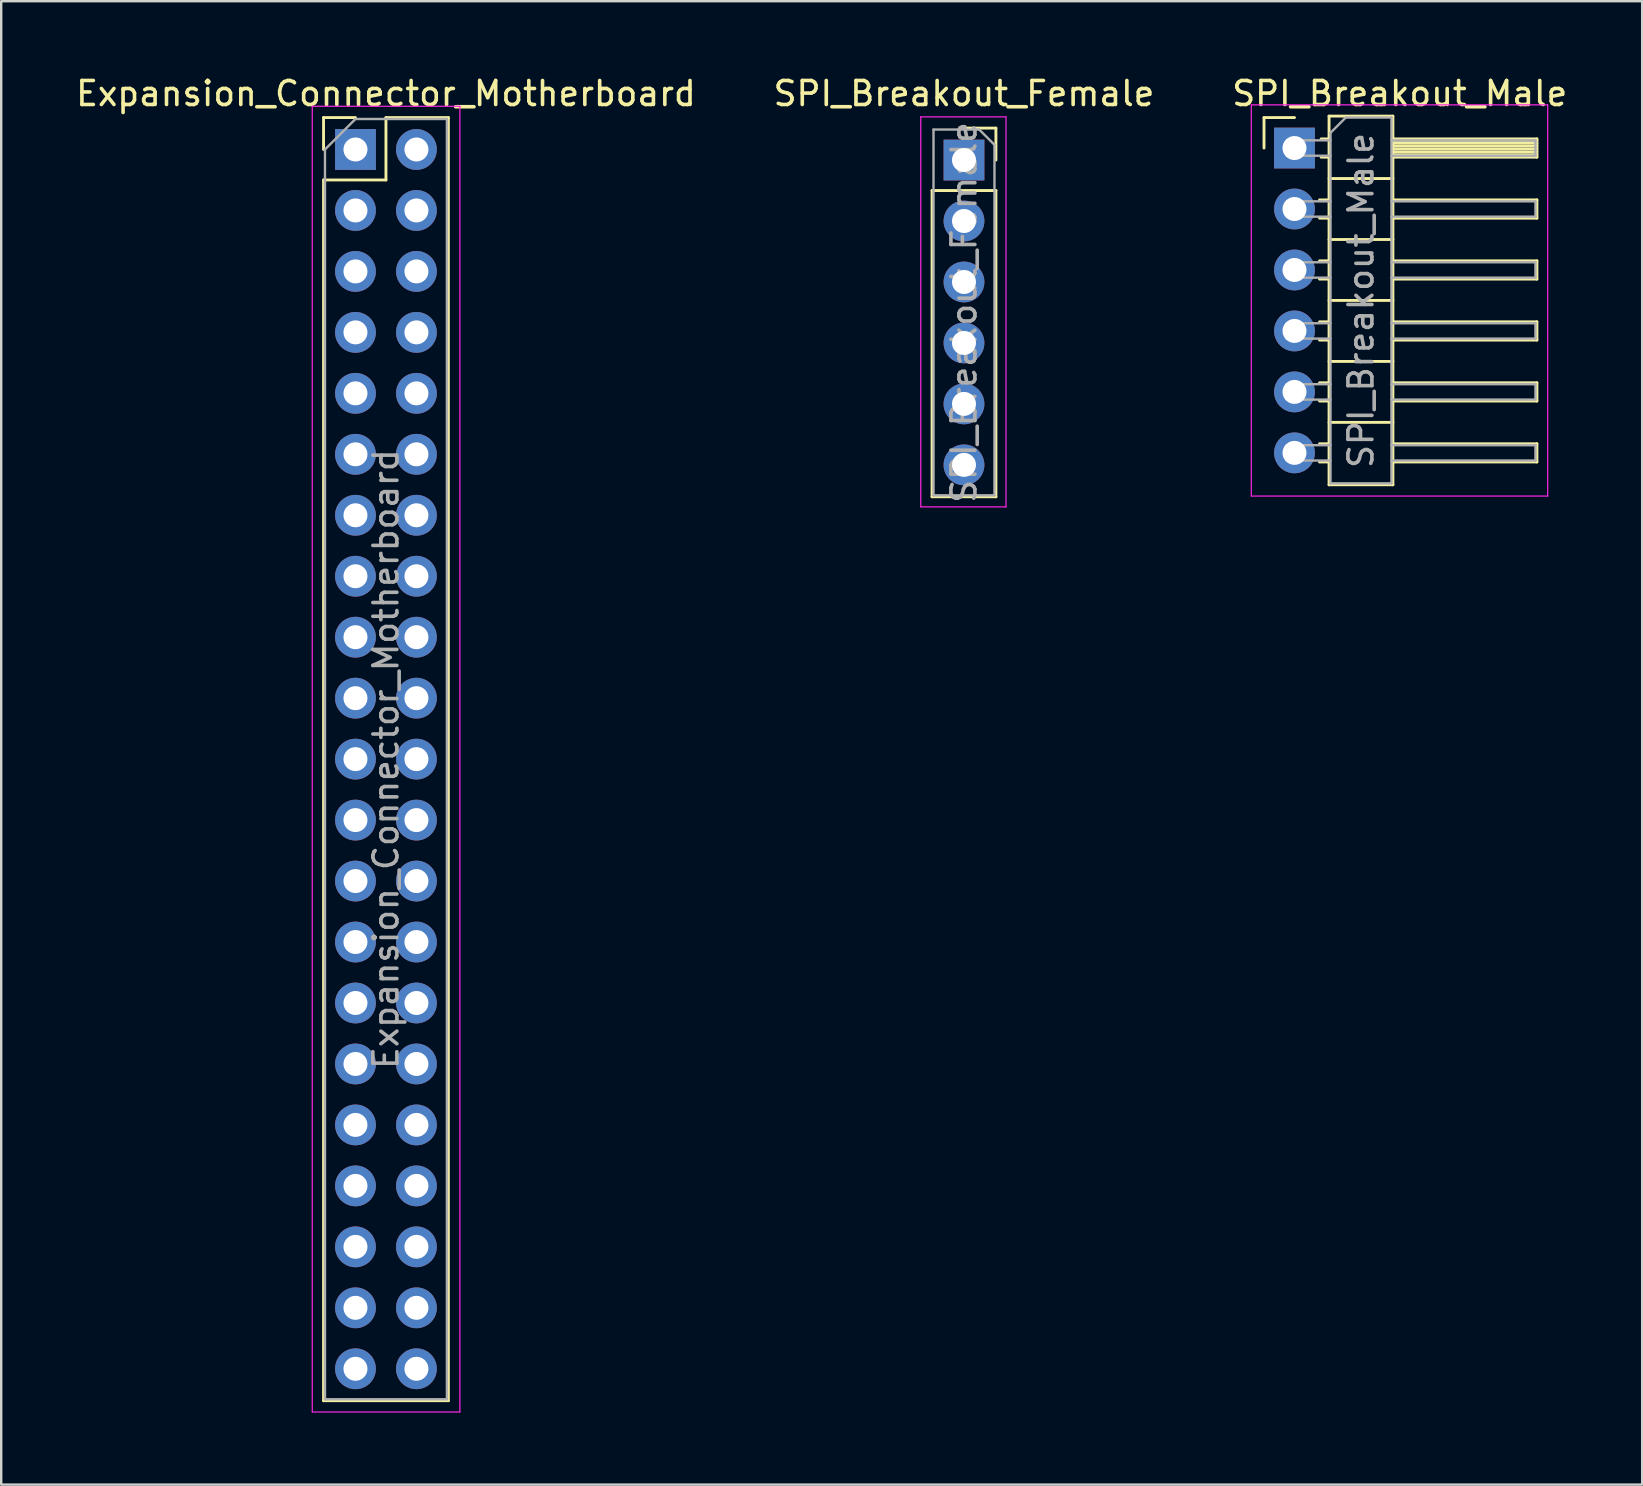
<source format=kicad_pcb>
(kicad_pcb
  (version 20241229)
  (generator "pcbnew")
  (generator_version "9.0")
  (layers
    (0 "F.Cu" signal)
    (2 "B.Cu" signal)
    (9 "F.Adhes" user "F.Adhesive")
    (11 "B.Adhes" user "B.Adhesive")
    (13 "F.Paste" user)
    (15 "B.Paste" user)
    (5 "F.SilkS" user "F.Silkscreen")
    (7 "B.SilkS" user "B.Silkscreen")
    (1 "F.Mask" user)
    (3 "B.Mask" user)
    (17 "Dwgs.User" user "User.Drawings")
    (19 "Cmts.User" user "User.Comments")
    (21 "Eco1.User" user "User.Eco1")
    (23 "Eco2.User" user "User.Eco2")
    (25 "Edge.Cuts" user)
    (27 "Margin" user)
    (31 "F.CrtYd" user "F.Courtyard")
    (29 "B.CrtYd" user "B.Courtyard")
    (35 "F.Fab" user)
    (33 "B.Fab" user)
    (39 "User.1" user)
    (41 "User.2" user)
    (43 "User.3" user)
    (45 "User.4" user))
  (footprint "SPI_Breakout_Female"
    (layer "F.Cu")
    (at 37.113 3.618)
    (property "Reference" "SPI_Breakout_Female" (at 0 -2.77 0) (layer "F.SilkS") (effects (font (size 1 1) (thickness 0.15))))
    (attr through_hole)
    (fp_line (start -1.33 1.27) (end -1.33 14.03) (stroke (width 0.12) (type solid)) (layer "F.SilkS"))
    (fp_line (start -1.33 1.27) (end 1.33 1.27) (stroke (width 0.12) (type solid)) (layer "F.SilkS"))
    (fp_line (start -1.33 14.03) (end 1.33 14.03) (stroke (width 0.12) (type solid)) (layer "F.SilkS"))
    (fp_line (start 0 -1.33) (end 1.33 -1.33) (stroke (width 0.12) (type solid)) (layer "F.SilkS"))
    (fp_line (start 1.33 -1.33) (end 1.33 0) (stroke (width 0.12) (type solid)) (layer "F.SilkS"))
    (fp_line (start 1.33 1.27) (end 1.33 14.03) (stroke (width 0.12) (type solid)) (layer "F.SilkS"))
    (fp_line (start -1.8 -1.8) (end 1.75 -1.8) (stroke (width 0.05) (type solid)) (layer "F.CrtYd"))
    (fp_line (start -1.8 14.45) (end -1.8 -1.8) (stroke (width 0.05) (type solid)) (layer "F.CrtYd"))
    (fp_line (start 1.75 -1.8) (end 1.75 14.45) (stroke (width 0.05) (type solid)) (layer "F.CrtYd"))
    (fp_line (start 1.75 14.45) (end -1.8 14.45) (stroke (width 0.05) (type solid)) (layer "F.CrtYd"))
    (fp_line (start -1.27 -1.27) (end 0.635 -1.27) (stroke (width 0.1) (type solid)) (layer "F.Fab"))
    (fp_line (start -1.27 13.97) (end -1.27 -1.27) (stroke (width 0.1) (type solid)) (layer "F.Fab"))
    (fp_line (start 0.635 -1.27) (end 1.27 -0.635) (stroke (width 0.1) (type solid)) (layer "F.Fab"))
    (fp_line (start 1.27 -0.635) (end 1.27 13.97) (stroke (width 0.1) (type solid)) (layer "F.Fab"))
    (fp_line (start 1.27 13.97) (end -1.27 13.97) (stroke (width 0.1) (type solid)) (layer "F.Fab"))
    (fp_text user "${REFERENCE}" (at 0 6.35 90) (layer "F.Fab") (effects (font (size 1 1) (thickness 0.15))))
    (pad "CS1" thru_hole oval (at 0 12.7) (size 1.7 1.7) (drill 1) (layers "*.Cu" "*.Mask"))
    (pad "GND" thru_hole oval (at 0 2.54) (size 1.7 1.7) (drill 1) (layers "*.Cu" "*.Mask"))
    (pad "MISO" thru_hole oval (at 0 5.08) (size 1.7 1.7) (drill 1) (layers "*.Cu" "*.Mask"))
    (pad "MOSI" thru_hole oval (at 0 7.62) (size 1.7 1.7) (drill 1) (layers "*.Cu" "*.Mask"))
    (pad "SCK" thru_hole oval (at 0 10.16) (size 1.7 1.7) (drill 1) (layers "*.Cu" "*.Mask"))
    (pad "VCC" thru_hole rect (at 0 0) (size 1.7 1.7) (drill 1) (layers "*.Cu" "*.Mask")))
  (footprint "SPI_Breakout_Male"
    (layer "F.Cu")
    (at 50.883 3.118)
    (property "Reference" "SPI_Breakout_Male" (at 4.385 -2.27 0) (layer "F.SilkS") (effects (font (size 1 1) (thickness 0.15))))
    (attr through_hole)
    (fp_line (start -1.27 -1.27) (end 0 -1.27) (stroke (width 0.12) (type solid)) (layer "F.SilkS"))
    (fp_line (start -1.27 0) (end -1.27 -1.27) (stroke (width 0.12) (type solid)) (layer "F.SilkS"))
    (fp_line (start 1.043 2.16) (end 1.44 2.16) (stroke (width 0.12) (type solid)) (layer "F.SilkS"))
    (fp_line (start 1.043 2.92) (end 1.44 2.92) (stroke (width 0.12) (type solid)) (layer "F.SilkS"))
    (fp_line (start 1.043 4.7) (end 1.44 4.7) (stroke (width 0.12) (type solid)) (layer "F.SilkS"))
    (fp_line (start 1.043 5.46) (end 1.44 5.46) (stroke (width 0.12) (type solid)) (layer "F.SilkS"))
    (fp_line (start 1.043 7.24) (end 1.44 7.24) (stroke (width 0.12) (type solid)) (layer "F.SilkS"))
    (fp_line (start 1.043 8) (end 1.44 8) (stroke (width 0.12) (type solid)) (layer "F.SilkS"))
    (fp_line (start 1.043 9.78) (end 1.44 9.78) (stroke (width 0.12) (type solid)) (layer "F.SilkS"))
    (fp_line (start 1.043 10.54) (end 1.44 10.54) (stroke (width 0.12) (type solid)) (layer "F.SilkS"))
    (fp_line (start 1.043 12.32) (end 1.44 12.32) (stroke (width 0.12) (type solid)) (layer "F.SilkS"))
    (fp_line (start 1.043 13.08) (end 1.44 13.08) (stroke (width 0.12) (type solid)) (layer "F.SilkS"))
    (fp_line (start 1.11 -0.38) (end 1.44 -0.38) (stroke (width 0.12) (type solid)) (layer "F.SilkS"))
    (fp_line (start 1.11 0.38) (end 1.44 0.38) (stroke (width 0.12) (type solid)) (layer "F.SilkS"))
    (fp_line (start 1.44 -1.33) (end 1.44 14.03) (stroke (width 0.12) (type solid)) (layer "F.SilkS"))
    (fp_line (start 1.44 1.27) (end 4.1 1.27) (stroke (width 0.12) (type solid)) (layer "F.SilkS"))
    (fp_line (start 1.44 3.81) (end 4.1 3.81) (stroke (width 0.12) (type solid)) (layer "F.SilkS"))
    (fp_line (start 1.44 6.35) (end 4.1 6.35) (stroke (width 0.12) (type solid)) (layer "F.SilkS"))
    (fp_line (start 1.44 8.89) (end 4.1 8.89) (stroke (width 0.12) (type solid)) (layer "F.SilkS"))
    (fp_line (start 1.44 11.43) (end 4.1 11.43) (stroke (width 0.12) (type solid)) (layer "F.SilkS"))
    (fp_line (start 1.44 14.03) (end 4.1 14.03) (stroke (width 0.12) (type solid)) (layer "F.SilkS"))
    (fp_line (start 4.1 -1.33) (end 1.44 -1.33) (stroke (width 0.12) (type solid)) (layer "F.SilkS"))
    (fp_line (start 4.1 -0.38) (end 10.1 -0.38) (stroke (width 0.12) (type solid)) (layer "F.SilkS"))
    (fp_line (start 4.1 -0.32) (end 10.1 -0.32) (stroke (width 0.12) (type solid)) (layer "F.SilkS"))
    (fp_line (start 4.1 -0.2) (end 10.1 -0.2) (stroke (width 0.12) (type solid)) (layer "F.SilkS"))
    (fp_line (start 4.1 -0.08) (end 10.1 -0.08) (stroke (width 0.12) (type solid)) (layer "F.SilkS"))
    (fp_line (start 4.1 0.04) (end 10.1 0.04) (stroke (width 0.12) (type solid)) (layer "F.SilkS"))
    (fp_line (start 4.1 0.16) (end 10.1 0.16) (stroke (width 0.12) (type solid)) (layer "F.SilkS"))
    (fp_line (start 4.1 0.28) (end 10.1 0.28) (stroke (width 0.12) (type solid)) (layer "F.SilkS"))
    (fp_line (start 4.1 2.16) (end 10.1 2.16) (stroke (width 0.12) (type solid)) (layer "F.SilkS"))
    (fp_line (start 4.1 4.7) (end 10.1 4.7) (stroke (width 0.12) (type solid)) (layer "F.SilkS"))
    (fp_line (start 4.1 7.24) (end 10.1 7.24) (stroke (width 0.12) (type solid)) (layer "F.SilkS"))
    (fp_line (start 4.1 9.78) (end 10.1 9.78) (stroke (width 0.12) (type solid)) (layer "F.SilkS"))
    (fp_line (start 4.1 12.32) (end 10.1 12.32) (stroke (width 0.12) (type solid)) (layer "F.SilkS"))
    (fp_line (start 4.1 14.03) (end 4.1 -1.33) (stroke (width 0.12) (type solid)) (layer "F.SilkS"))
    (fp_line (start 10.1 -0.38) (end 10.1 0.38) (stroke (width 0.12) (type solid)) (layer "F.SilkS"))
    (fp_line (start 10.1 0.38) (end 4.1 0.38) (stroke (width 0.12) (type solid)) (layer "F.SilkS"))
    (fp_line (start 10.1 2.16) (end 10.1 2.92) (stroke (width 0.12) (type solid)) (layer "F.SilkS"))
    (fp_line (start 10.1 2.92) (end 4.1 2.92) (stroke (width 0.12) (type solid)) (layer "F.SilkS"))
    (fp_line (start 10.1 4.7) (end 10.1 5.46) (stroke (width 0.12) (type solid)) (layer "F.SilkS"))
    (fp_line (start 10.1 5.46) (end 4.1 5.46) (stroke (width 0.12) (type solid)) (layer "F.SilkS"))
    (fp_line (start 10.1 7.24) (end 10.1 8) (stroke (width 0.12) (type solid)) (layer "F.SilkS"))
    (fp_line (start 10.1 8) (end 4.1 8) (stroke (width 0.12) (type solid)) (layer "F.SilkS"))
    (fp_line (start 10.1 9.78) (end 10.1 10.54) (stroke (width 0.12) (type solid)) (layer "F.SilkS"))
    (fp_line (start 10.1 10.54) (end 4.1 10.54) (stroke (width 0.12) (type solid)) (layer "F.SilkS"))
    (fp_line (start 10.1 12.32) (end 10.1 13.08) (stroke (width 0.12) (type solid)) (layer "F.SilkS"))
    (fp_line (start 10.1 13.08) (end 4.1 13.08) (stroke (width 0.12) (type solid)) (layer "F.SilkS"))
    (fp_line (start -1.8 -1.8) (end -1.8 14.5) (stroke (width 0.05) (type solid)) (layer "F.CrtYd"))
    (fp_line (start -1.8 14.5) (end 10.55 14.5) (stroke (width 0.05) (type solid)) (layer "F.CrtYd"))
    (fp_line (start 10.55 -1.8) (end -1.8 -1.8) (stroke (width 0.05) (type solid)) (layer "F.CrtYd"))
    (fp_line (start 10.55 14.5) (end 10.55 -1.8) (stroke (width 0.05) (type solid)) (layer "F.CrtYd"))
    (fp_line (start -0.32 -0.32) (end -0.32 0.32) (stroke (width 0.1) (type solid)) (layer "F.Fab"))
    (fp_line (start -0.32 -0.32) (end 1.5 -0.32) (stroke (width 0.1) (type solid)) (layer "F.Fab"))
    (fp_line (start -0.32 0.32) (end 1.5 0.32) (stroke (width 0.1) (type solid)) (layer "F.Fab"))
    (fp_line (start -0.32 2.22) (end -0.32 2.86) (stroke (width 0.1) (type solid)) (layer "F.Fab"))
    (fp_line (start -0.32 2.22) (end 1.5 2.22) (stroke (width 0.1) (type solid)) (layer "F.Fab"))
    (fp_line (start -0.32 2.86) (end 1.5 2.86) (stroke (width 0.1) (type solid)) (layer "F.Fab"))
    (fp_line (start -0.32 4.76) (end -0.32 5.4) (stroke (width 0.1) (type solid)) (layer "F.Fab"))
    (fp_line (start -0.32 4.76) (end 1.5 4.76) (stroke (width 0.1) (type solid)) (layer "F.Fab"))
    (fp_line (start -0.32 5.4) (end 1.5 5.4) (stroke (width 0.1) (type solid)) (layer "F.Fab"))
    (fp_line (start -0.32 7.3) (end -0.32 7.94) (stroke (width 0.1) (type solid)) (layer "F.Fab"))
    (fp_line (start -0.32 7.3) (end 1.5 7.3) (stroke (width 0.1) (type solid)) (layer "F.Fab"))
    (fp_line (start -0.32 7.94) (end 1.5 7.94) (stroke (width 0.1) (type solid)) (layer "F.Fab"))
    (fp_line (start -0.32 9.84) (end -0.32 10.48) (stroke (width 0.1) (type solid)) (layer "F.Fab"))
    (fp_line (start -0.32 9.84) (end 1.5 9.84) (stroke (width 0.1) (type solid)) (layer "F.Fab"))
    (fp_line (start -0.32 10.48) (end 1.5 10.48) (stroke (width 0.1) (type solid)) (layer "F.Fab"))
    (fp_line (start -0.32 12.38) (end -0.32 13.02) (stroke (width 0.1) (type solid)) (layer "F.Fab"))
    (fp_line (start -0.32 12.38) (end 1.5 12.38) (stroke (width 0.1) (type solid)) (layer "F.Fab"))
    (fp_line (start -0.32 13.02) (end 1.5 13.02) (stroke (width 0.1) (type solid)) (layer "F.Fab"))
    (fp_line (start 1.5 -0.635) (end 2.135 -1.27) (stroke (width 0.1) (type solid)) (layer "F.Fab"))
    (fp_line (start 1.5 13.97) (end 1.5 -0.635) (stroke (width 0.1) (type solid)) (layer "F.Fab"))
    (fp_line (start 2.135 -1.27) (end 4.04 -1.27) (stroke (width 0.1) (type solid)) (layer "F.Fab"))
    (fp_line (start 4.04 -1.27) (end 4.04 13.97) (stroke (width 0.1) (type solid)) (layer "F.Fab"))
    (fp_line (start 4.04 -0.32) (end 10.04 -0.32) (stroke (width 0.1) (type solid)) (layer "F.Fab"))
    (fp_line (start 4.04 0.32) (end 10.04 0.32) (stroke (width 0.1) (type solid)) (layer "F.Fab"))
    (fp_line (start 4.04 2.22) (end 10.04 2.22) (stroke (width 0.1) (type solid)) (layer "F.Fab"))
    (fp_line (start 4.04 2.86) (end 10.04 2.86) (stroke (width 0.1) (type solid)) (layer "F.Fab"))
    (fp_line (start 4.04 4.76) (end 10.04 4.76) (stroke (width 0.1) (type solid)) (layer "F.Fab"))
    (fp_line (start 4.04 5.4) (end 10.04 5.4) (stroke (width 0.1) (type solid)) (layer "F.Fab"))
    (fp_line (start 4.04 7.3) (end 10.04 7.3) (stroke (width 0.1) (type solid)) (layer "F.Fab"))
    (fp_line (start 4.04 7.94) (end 10.04 7.94) (stroke (width 0.1) (type solid)) (layer "F.Fab"))
    (fp_line (start 4.04 9.84) (end 10.04 9.84) (stroke (width 0.1) (type solid)) (layer "F.Fab"))
    (fp_line (start 4.04 10.48) (end 10.04 10.48) (stroke (width 0.1) (type solid)) (layer "F.Fab"))
    (fp_line (start 4.04 12.38) (end 10.04 12.38) (stroke (width 0.1) (type solid)) (layer "F.Fab"))
    (fp_line (start 4.04 13.02) (end 10.04 13.02) (stroke (width 0.1) (type solid)) (layer "F.Fab"))
    (fp_line (start 4.04 13.97) (end 1.5 13.97) (stroke (width 0.1) (type solid)) (layer "F.Fab"))
    (fp_line (start 10.04 -0.32) (end 10.04 0.32) (stroke (width 0.1) (type solid)) (layer "F.Fab"))
    (fp_line (start 10.04 2.22) (end 10.04 2.86) (stroke (width 0.1) (type solid)) (layer "F.Fab"))
    (fp_line (start 10.04 4.76) (end 10.04 5.4) (stroke (width 0.1) (type solid)) (layer "F.Fab"))
    (fp_line (start 10.04 7.3) (end 10.04 7.94) (stroke (width 0.1) (type solid)) (layer "F.Fab"))
    (fp_line (start 10.04 9.84) (end 10.04 10.48) (stroke (width 0.1) (type solid)) (layer "F.Fab"))
    (fp_line (start 10.04 12.38) (end 10.04 13.02) (stroke (width 0.1) (type solid)) (layer "F.Fab"))
    (fp_text user "${REFERENCE}" (at 2.77 6.35 90) (layer "F.Fab") (effects (font (size 1 1) (thickness 0.15))))
    (pad "CS1" thru_hole oval (at 0 12.7) (size 1.7 1.7) (drill 1) (layers "*.Cu" "*.Mask"))
    (pad "GND" thru_hole oval (at 0 2.54) (size 1.7 1.7) (drill 1) (layers "*.Cu" "*.Mask"))
    (pad "MISO" thru_hole oval (at 0 5.08) (size 1.7 1.7) (drill 1) (layers "*.Cu" "*.Mask"))
    (pad "MOSI" thru_hole oval (at 0 7.62) (size 1.7 1.7) (drill 1) (layers "*.Cu" "*.Mask"))
    (pad "SCK" thru_hole oval (at 0 10.16) (size 1.7 1.7) (drill 1) (layers "*.Cu" "*.Mask"))
    (pad "VCC" thru_hole rect (at 0 0) (size 1.7 1.7) (drill 1) (layers "*.Cu" "*.Mask")))
  (footprint "Expansion_Connector_Motherboard"
    (layer "F.Cu")
    (at 11.76 3.178)
    (property "Reference" "Expansion_Connector_Motherboard" (at 1.27 -2.33 0) (layer "F.SilkS") (effects (font (size 1 1) (thickness 0.15))))
    (attr through_hole)
    (fp_line (start -1.33 -1.33) (end 0 -1.33) (stroke (width 0.12) (type solid)) (layer "F.SilkS"))
    (fp_line (start -1.33 0) (end -1.33 -1.33) (stroke (width 0.12) (type solid)) (layer "F.SilkS"))
    (fp_line (start -1.33 1.27) (end -1.33 52.13) (stroke (width 0.12) (type solid)) (layer "F.SilkS"))
    (fp_line (start -1.33 1.27) (end 1.27 1.27) (stroke (width 0.12) (type solid)) (layer "F.SilkS"))
    (fp_line (start -1.33 52.13) (end 3.87 52.13) (stroke (width 0.12) (type solid)) (layer "F.SilkS"))
    (fp_line (start 1.27 -1.33) (end 3.87 -1.33) (stroke (width 0.12) (type solid)) (layer "F.SilkS"))
    (fp_line (start 1.27 1.27) (end 1.27 -1.33) (stroke (width 0.12) (type solid)) (layer "F.SilkS"))
    (fp_line (start 3.87 -1.33) (end 3.87 52.13) (stroke (width 0.12) (type solid)) (layer "F.SilkS"))
    (fp_line (start -1.8 -1.8) (end -1.8 52.6) (stroke (width 0.05) (type solid)) (layer "F.CrtYd"))
    (fp_line (start -1.8 52.6) (end 4.35 52.6) (stroke (width 0.05) (type solid)) (layer "F.CrtYd"))
    (fp_line (start 4.35 -1.8) (end -1.8 -1.8) (stroke (width 0.05) (type solid)) (layer "F.CrtYd"))
    (fp_line (start 4.35 52.6) (end 4.35 -1.8) (stroke (width 0.05) (type solid)) (layer "F.CrtYd"))
    (fp_line (start -1.27 0) (end 0 -1.27) (stroke (width 0.1) (type solid)) (layer "F.Fab"))
    (fp_line (start -1.27 52.07) (end -1.27 0) (stroke (width 0.1) (type solid)) (layer "F.Fab"))
    (fp_line (start 0 -1.27) (end 3.81 -1.27) (stroke (width 0.1) (type solid)) (layer "F.Fab"))
    (fp_line (start 3.81 -1.27) (end 3.81 52.07) (stroke (width 0.1) (type solid)) (layer "F.Fab"))
    (fp_line (start 3.81 52.07) (end -1.27 52.07) (stroke (width 0.1) (type solid)) (layer "F.Fab"))
    (fp_text user "${REFERENCE}" (at 1.27 25.4 90) (layer "F.Fab") (effects (font (size 1 1) (thickness 0.15))))
    (pad "1" thru_hole rect (at 0 0) (size 1.7 1.7) (drill 1) (layers "*.Cu" "*.Mask"))
    (pad "2" thru_hole oval (at 2.54 0) (size 1.7 1.7) (drill 1) (layers "*.Cu" "*.Mask"))
    (pad "3" thru_hole oval (at 0 2.54) (size 1.7 1.7) (drill 1) (layers "*.Cu" "*.Mask"))
    (pad "4" thru_hole oval (at 2.54 2.54) (size 1.7 1.7) (drill 1) (layers "*.Cu" "*.Mask"))
    (pad "5" thru_hole oval (at 0 5.08) (size 1.7 1.7) (drill 1) (layers "*.Cu" "*.Mask"))
    (pad "6" thru_hole oval (at 2.54 5.08) (size 1.7 1.7) (drill 1) (layers "*.Cu" "*.Mask"))
    (pad "7" thru_hole oval (at 0 7.62) (size 1.7 1.7) (drill 1) (layers "*.Cu" "*.Mask"))
    (pad "8" thru_hole oval (at 2.54 7.62) (size 1.7 1.7) (drill 1) (layers "*.Cu" "*.Mask"))
    (pad "9" thru_hole oval (at 0 10.16) (size 1.7 1.7) (drill 1) (layers "*.Cu" "*.Mask"))
    (pad "10" thru_hole oval (at 2.54 10.16) (size 1.7 1.7) (drill 1) (layers "*.Cu" "*.Mask"))
    (pad "11" thru_hole oval (at 0 12.7) (size 1.7 1.7) (drill 1) (layers "*.Cu" "*.Mask"))
    (pad "12" thru_hole oval (at 2.54 12.7) (size 1.7 1.7) (drill 1) (layers "*.Cu" "*.Mask"))
    (pad "13" thru_hole oval (at 0 15.24) (size 1.7 1.7) (drill 1) (layers "*.Cu" "*.Mask"))
    (pad "14" thru_hole oval (at 2.54 15.24) (size 1.7 1.7) (drill 1) (layers "*.Cu" "*.Mask"))
    (pad "15" thru_hole oval (at 0 17.78) (size 1.7 1.7) (drill 1) (layers "*.Cu" "*.Mask"))
    (pad "16" thru_hole oval (at 2.54 17.78) (size 1.7 1.7) (drill 1) (layers "*.Cu" "*.Mask"))
    (pad "17" thru_hole oval (at 0 20.32) (size 1.7 1.7) (drill 1) (layers "*.Cu" "*.Mask"))
    (pad "18" thru_hole oval (at 2.54 20.32) (size 1.7 1.7) (drill 1) (layers "*.Cu" "*.Mask"))
    (pad "19" thru_hole oval (at 0 22.86) (size 1.7 1.7) (drill 1) (layers "*.Cu" "*.Mask"))
    (pad "20" thru_hole oval (at 2.54 22.86) (size 1.7 1.7) (drill 1) (layers "*.Cu" "*.Mask"))
    (pad "21" thru_hole oval (at 0 25.4) (size 1.7 1.7) (drill 1) (layers "*.Cu" "*.Mask"))
    (pad "22" thru_hole oval (at 2.54 25.4) (size 1.7 1.7) (drill 1) (layers "*.Cu" "*.Mask"))
    (pad "23" thru_hole oval (at 0 27.94) (size 1.7 1.7) (drill 1) (layers "*.Cu" "*.Mask"))
    (pad "24" thru_hole oval (at 2.54 27.94) (size 1.7 1.7) (drill 1) (layers "*.Cu" "*.Mask"))
    (pad "25" thru_hole oval (at 0 30.48) (size 1.7 1.7) (drill 1) (layers "*.Cu" "*.Mask"))
    (pad "26" thru_hole oval (at 2.54 30.48) (size 1.7 1.7) (drill 1) (layers "*.Cu" "*.Mask"))
    (pad "27" thru_hole oval (at 0 33.02) (size 1.7 1.7) (drill 1) (layers "*.Cu" "*.Mask"))
    (pad "28" thru_hole oval (at 2.54 33.02) (size 1.7 1.7) (drill 1) (layers "*.Cu" "*.Mask"))
    (pad "29" thru_hole oval (at 0 35.56) (size 1.7 1.7) (drill 1) (layers "*.Cu" "*.Mask"))
    (pad "30" thru_hole oval (at 2.54 35.56) (size 1.7 1.7) (drill 1) (layers "*.Cu" "*.Mask"))
    (pad "31" thru_hole oval (at 0 38.1) (size 1.7 1.7) (drill 1) (layers "*.Cu" "*.Mask"))
    (pad "32" thru_hole oval (at 2.54 38.1) (size 1.7 1.7) (drill 1) (layers "*.Cu" "*.Mask"))
    (pad "33" thru_hole oval (at 0 40.64) (size 1.7 1.7) (drill 1) (layers "*.Cu" "*.Mask"))
    (pad "34" thru_hole oval (at 2.54 40.64) (size 1.7 1.7) (drill 1) (layers "*.Cu" "*.Mask"))
    (pad "35" thru_hole oval (at 0 43.18) (size 1.7 1.7) (drill 1) (layers "*.Cu" "*.Mask"))
    (pad "36" thru_hole oval (at 2.54 43.18) (size 1.7 1.7) (drill 1) (layers "*.Cu" "*.Mask"))
    (pad "37" thru_hole oval (at 0 45.72) (size 1.7 1.7) (drill 1) (layers "*.Cu" "*.Mask"))
    (pad "38" thru_hole oval (at 2.54 45.72) (size 1.7 1.7) (drill 1) (layers "*.Cu" "*.Mask"))
    (pad "39" thru_hole oval (at 0 48.26) (size 1.7 1.7) (drill 1) (layers "*.Cu" "*.Mask"))
    (pad "40" thru_hole oval (at 2.54 48.26) (size 1.7 1.7) (drill 1) (layers "*.Cu" "*.Mask"))
    (pad "41" thru_hole oval (at 0 50.8) (size 1.7 1.7) (drill 1) (layers "*.Cu" "*.Mask"))
    (pad "42" thru_hole oval (at 2.54 50.8) (size 1.7 1.7) (drill 1) (layers "*.Cu" "*.Mask")))
  (gr_rect
    (start -3 -3)
    (end 65.369 58.803)
    (stroke (width 0.1) (type default))
    (fill no)
    (layer "Edge.Cuts")))
</source>
